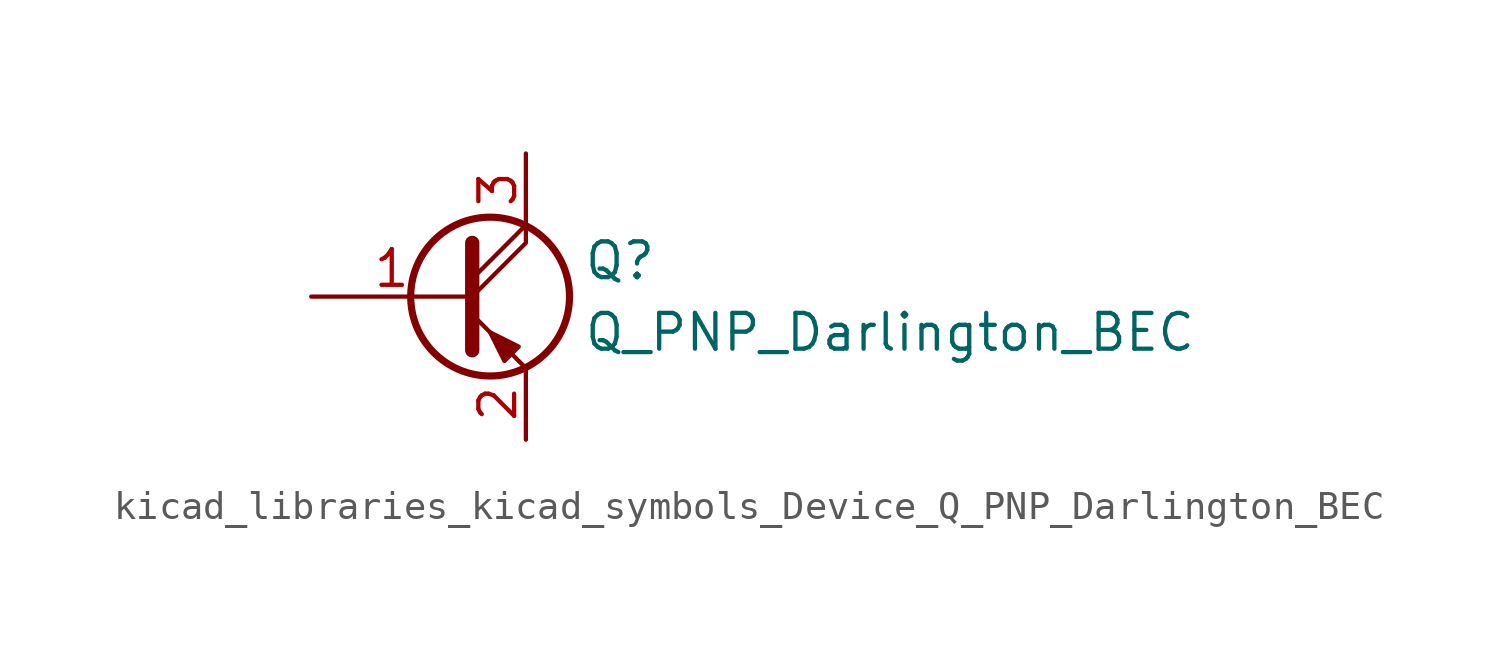
<source format=kicad_sym>
(kicad_symbol_lib
  (version 20220914)
  (generator kicad_symbol_editor)
  (symbol "kicad_libraries_kicad_symbols_Device_Q_PNP_Darlington_BEC"
    (pin_names
      (offset 0) hide)
    (property "Reference" "Q"
      (at 4.572 1.27 0)
      (effects (font (size 1.27 1.27)) (justify left)))
    (property "Value" "Q_PNP_Darlington_BEC"
      (at 4.572 -1.27 0)
      (effects (font (size 1.27 1.27)) (justify left)))
    (symbol "kicad_libraries_kicad_symbols_Device_Q_PNP_Darlington_BEC_0_1"
      (polyline (pts (xy 0.635 0.635) (xy 2.54 2.54)) (stroke (width 0) (type default)) (fill (type none)))
      (polyline (pts (xy 0.635 -0.635) (xy 2.54 -2.54) (xy 2.54 -2.54)) (stroke (width 0) (type default)) (fill (type none)))
      (polyline (pts (xy 0.635 0) (xy 2.54 1.905) (xy 2.54 2.54)) (stroke (width 0) (type default)) (fill (type none)))
      (polyline (pts (xy 0.635 1.905) (xy 0.635 -1.905) (xy 0.635 -1.905)) (stroke (width 0.508) (type default)) (fill (type none)))
      (polyline (pts (xy 2.286 -1.778) (xy 1.778 -2.286) (xy 1.27 -1.27) (xy 2.286 -1.778) (xy 2.286 -1.778)) (stroke (width 0) (type default)) (fill (type outline)))
      (circle (center 1.27 0) (radius 2.819) (stroke (width 0.254) (type default)) (fill (type none))))
    (symbol "kicad_libraries_kicad_symbols_Device_Q_PNP_Darlington_BEC_1_1"
      (pin input line (at -5.08 0 0) (length 5.715) (name "B" (effects (font (size 1.27 1.27)))) (number "1" (effects (font (size 1.27 1.27)))))
      (pin passive line (at 2.54 -5.08 90) (length 2.54) (name "E" (effects (font (size 1.27 1.27)))) (number "2" (effects (font (size 1.27 1.27)))))
      (pin passive line (at 2.54 5.08 270) (length 2.54) (name "C" (effects (font (size 1.27 1.27)))) (number "3" (effects (font (size 1.27 1.27))))))))
</source>
